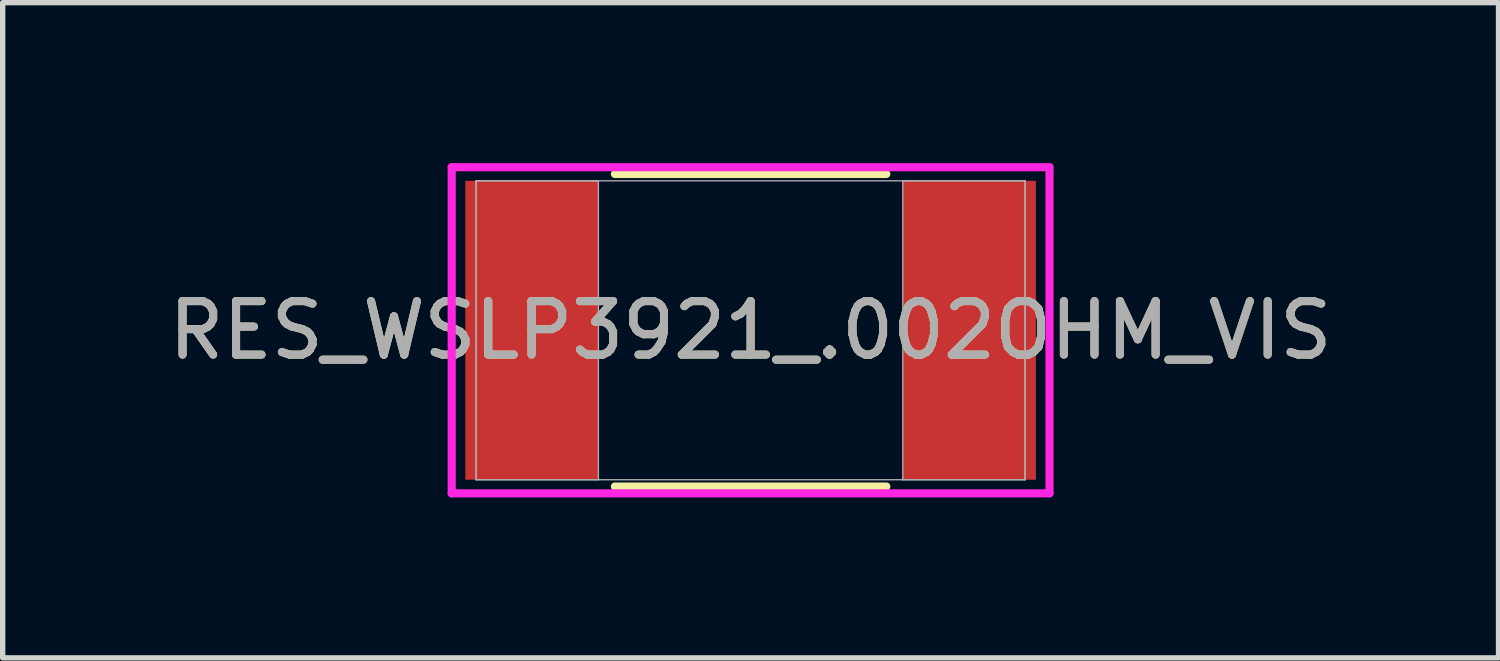
<source format=kicad_pcb>
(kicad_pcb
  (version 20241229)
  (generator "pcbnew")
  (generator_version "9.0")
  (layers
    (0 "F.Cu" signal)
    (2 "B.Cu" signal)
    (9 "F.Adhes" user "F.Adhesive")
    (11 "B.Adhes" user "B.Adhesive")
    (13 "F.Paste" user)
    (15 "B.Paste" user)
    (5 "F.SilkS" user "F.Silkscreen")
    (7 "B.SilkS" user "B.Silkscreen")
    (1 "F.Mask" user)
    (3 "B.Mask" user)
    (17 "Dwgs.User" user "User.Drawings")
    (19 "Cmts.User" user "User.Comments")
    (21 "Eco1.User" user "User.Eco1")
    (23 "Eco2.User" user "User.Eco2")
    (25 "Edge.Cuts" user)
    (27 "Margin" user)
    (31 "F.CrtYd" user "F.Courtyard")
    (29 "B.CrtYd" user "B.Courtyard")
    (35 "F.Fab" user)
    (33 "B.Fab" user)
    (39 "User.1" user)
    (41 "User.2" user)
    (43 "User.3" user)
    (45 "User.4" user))
  (footprint "RES_WSLP3921_.002OHM_VIS"
    (layer "F.Cu")
    (at 10.982 3.124)
    (property "Reference" "RES_WSLP3921_.002OHM_VIS" (at 0 0 0) (unlocked yes) (layer "F.SilkS") (effects (font (size 1 1) (thickness 0.15))))
    (attr smd)
    (fp_line (start -2.537 2.921) (end 2.537 2.921) (stroke (width 0.152) (type solid)) (layer "F.SilkS"))
    (fp_line (start 2.537 -2.921) (end -2.537 -2.921) (stroke (width 0.152) (type solid)) (layer "F.SilkS"))
    (fp_line (start -5.588 -3.048) (end 5.588 -3.048) (stroke (width 0.152) (type solid)) (layer "F.CrtYd"))
    (fp_line (start -5.588 3.048) (end -5.588 -3.048) (stroke (width 0.152) (type solid)) (layer "F.CrtYd"))
    (fp_line (start 5.588 -3.048) (end 5.588 3.048) (stroke (width 0.152) (type solid)) (layer "F.CrtYd"))
    (fp_line (start 5.588 3.048) (end -5.588 3.048) (stroke (width 0.152) (type solid)) (layer "F.CrtYd"))
    (fp_line (start -5.131 -2.794) (end -5.131 2.794) (stroke (width 0.025) (type solid)) (layer "F.Fab"))
    (fp_line (start -5.131 -2.794) (end -5.131 2.794) (stroke (width 0.025) (type solid)) (layer "F.Fab"))
    (fp_line (start -5.131 2.794) (end -2.845 2.794) (stroke (width 0.025) (type solid)) (layer "F.Fab"))
    (fp_line (start -5.131 2.794) (end 5.131 2.794) (stroke (width 0.025) (type solid)) (layer "F.Fab"))
    (fp_line (start -2.845 -2.794) (end -5.131 -2.794) (stroke (width 0.025) (type solid)) (layer "F.Fab"))
    (fp_line (start -2.845 2.794) (end -2.845 -2.794) (stroke (width 0.025) (type solid)) (layer "F.Fab"))
    (fp_line (start 2.845 -2.794) (end 2.845 2.794) (stroke (width 0.025) (type solid)) (layer "F.Fab"))
    (fp_line (start 2.845 2.794) (end 5.131 2.794) (stroke (width 0.025) (type solid)) (layer "F.Fab"))
    (fp_line (start 5.131 -2.794) (end -5.131 -2.794) (stroke (width 0.025) (type solid)) (layer "F.Fab"))
    (fp_line (start 5.131 -2.794) (end 2.845 -2.794) (stroke (width 0.025) (type solid)) (layer "F.Fab"))
    (fp_line (start 5.131 2.794) (end 5.131 -2.794) (stroke (width 0.025) (type solid)) (layer "F.Fab"))
    (fp_line (start 5.131 2.794) (end 5.131 -2.794) (stroke (width 0.025) (type solid)) (layer "F.Fab"))
    (fp_text user "${REFERENCE}" (at 0 0 0) (unlocked yes) (layer "F.Fab") (effects (font (size 1 1) (thickness 0.15))))
    (pad "1" smd rect (at -4.089 0) (size 2.489 5.588) (layers "F.Cu" "F.Mask" "F.Paste"))
    (pad "2" smd rect (at 4.089 0) (size 2.489 5.588) (layers "F.Cu" "F.Mask" "F.Paste"))
    (zone (net_name "") (layer "F.Cu") (hatch full 0.508) (connect_pads) (min_thickness 0.254) (filled_areas_thickness no) (keepout (tracks not_allowed) (vias not_allowed) (pads allowed) (copperpour not_allowed) (footprints allowed)) (placement (enabled no)) (fill) (polygon (pts (xy 8.188 0.381) (xy 13.776 0.381) (xy 13.776 5.867) (xy 8.188 5.867)))))
  (gr_rect
    (start -3 -3)
    (end 24.964 9.248)
    (stroke (width 0.1) (type default))
    (fill no)
    (layer "Edge.Cuts")))
</source>
